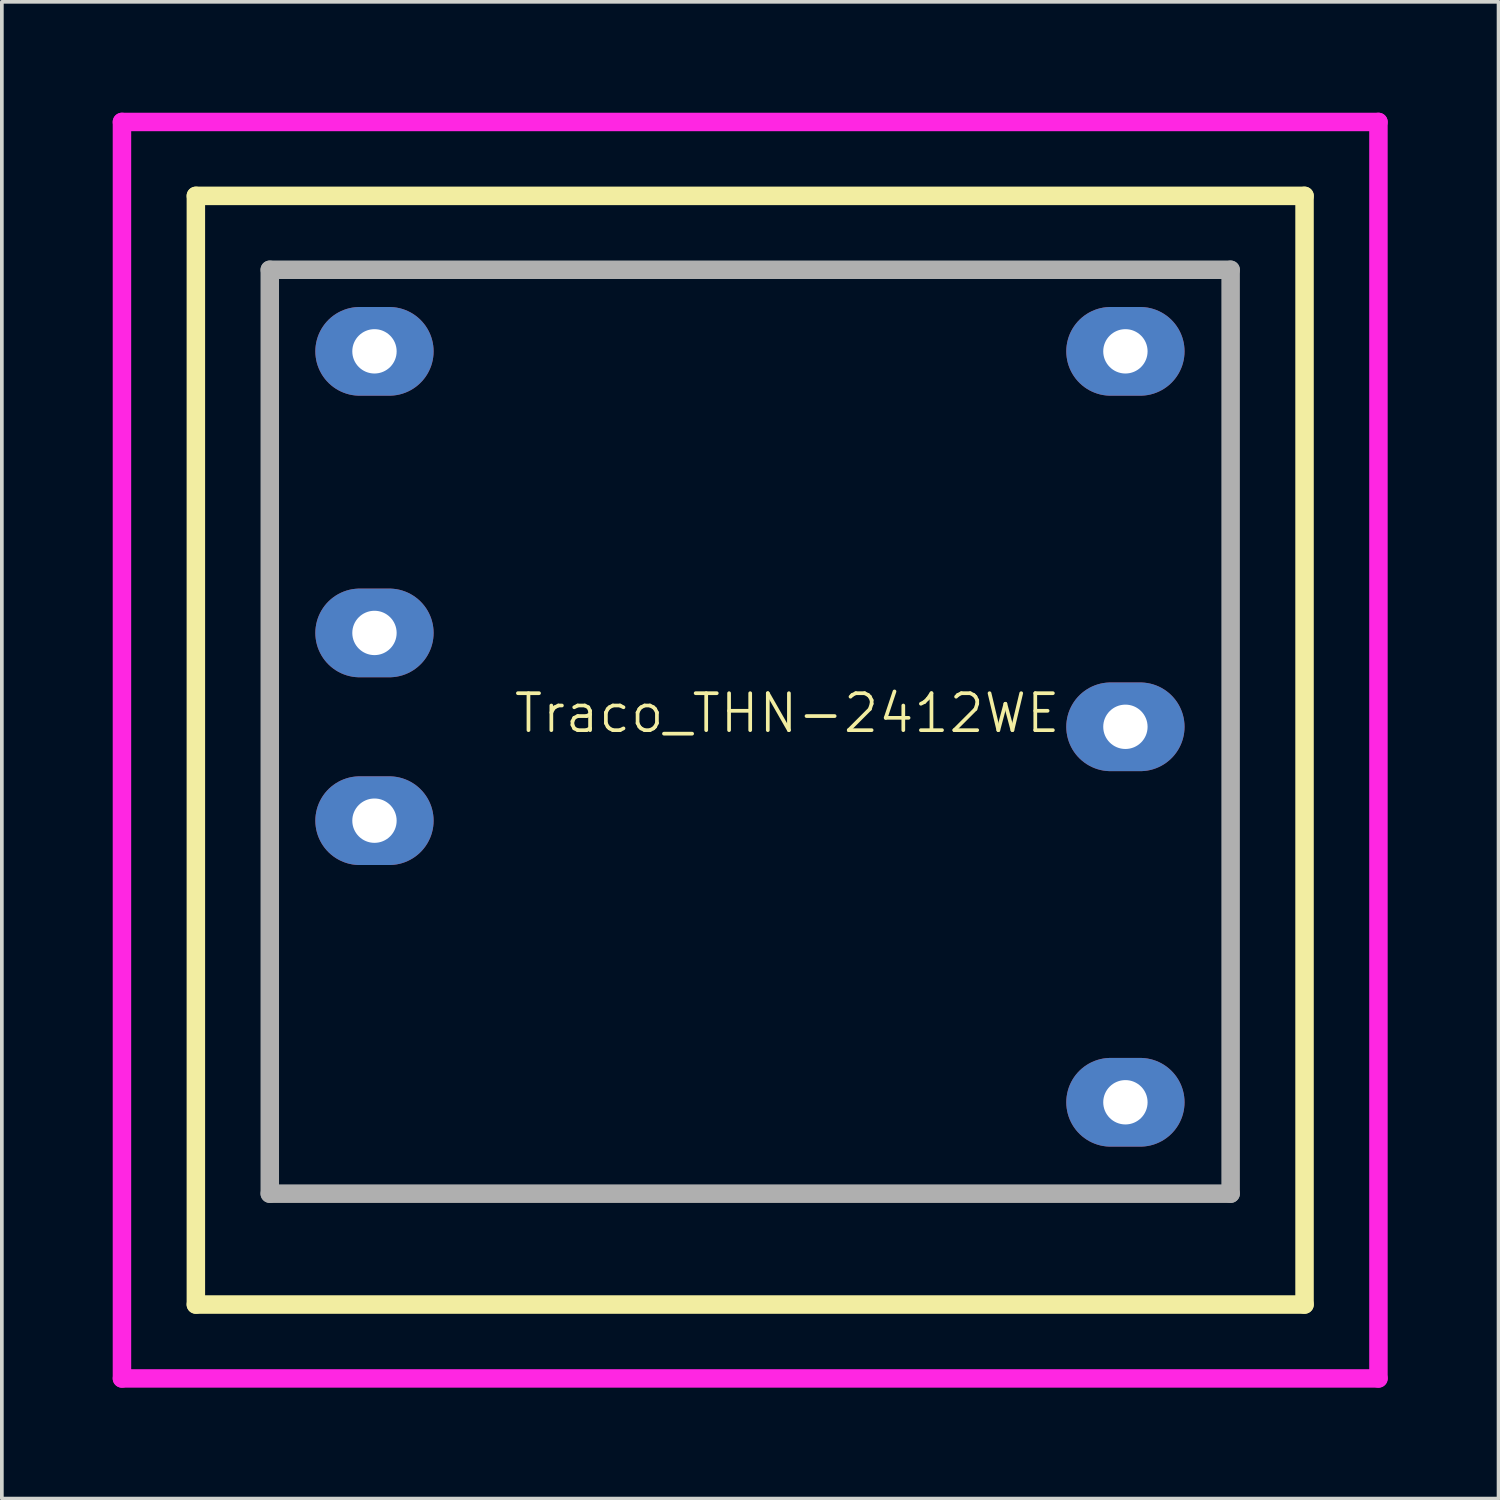
<source format=kicad_pcb>
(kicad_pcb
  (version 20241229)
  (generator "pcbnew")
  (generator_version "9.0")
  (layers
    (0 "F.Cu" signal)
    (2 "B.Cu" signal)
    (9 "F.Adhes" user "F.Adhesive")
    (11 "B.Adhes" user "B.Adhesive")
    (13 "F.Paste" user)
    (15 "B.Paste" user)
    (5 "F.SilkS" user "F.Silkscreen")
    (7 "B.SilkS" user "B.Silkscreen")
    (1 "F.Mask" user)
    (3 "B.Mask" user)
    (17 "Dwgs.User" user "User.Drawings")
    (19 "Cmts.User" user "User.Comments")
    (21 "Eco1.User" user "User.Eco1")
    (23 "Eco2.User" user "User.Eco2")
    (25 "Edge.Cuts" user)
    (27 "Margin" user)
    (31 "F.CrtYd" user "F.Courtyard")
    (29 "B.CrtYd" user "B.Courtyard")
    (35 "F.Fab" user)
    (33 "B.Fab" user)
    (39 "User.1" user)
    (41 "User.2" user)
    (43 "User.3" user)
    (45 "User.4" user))
  (footprint "Traco_THN-2412WE"
    (layer "F.Cu")
    (at 19.25 26.25)
    (property "Reference" "Traco_THN-2412WE" (at -1 -10 0) (unlocked yes) (layer "F.SilkS") (effects (font (size 1 1) (thickness 0.1))))
    (attr through_hole)
    (fp_line (start -17 -24) (end 13 -24) (stroke (width 0.5) (type default)) (layer "F.SilkS"))
    (fp_line (start -17 6) (end -17 -24) (stroke (width 0.5) (type default)) (layer "F.SilkS"))
    (fp_line (start 13 -24) (end 13 6) (stroke (width 0.5) (type default)) (layer "F.SilkS"))
    (fp_line (start 13 6) (end -17 6) (stroke (width 0.5) (type default)) (layer "F.SilkS"))
    (fp_line (start -19 -26) (end 15 -26) (stroke (width 0.5) (type default)) (layer "F.CrtYd"))
    (fp_line (start -19 8) (end -19 -26) (stroke (width 0.5) (type default)) (layer "F.CrtYd"))
    (fp_line (start -19 8) (end 15 8) (stroke (width 0.5) (type default)) (layer "F.CrtYd"))
    (fp_line (start 15 8) (end 15 -26) (stroke (width 0.5) (type default)) (layer "F.CrtYd"))
    (fp_line (start -15 -22) (end 11 -22) (stroke (width 0.5) (type default)) (layer "F.Fab"))
    (fp_line (start -15 3) (end -15 -22) (stroke (width 0.5) (type default)) (layer "F.Fab"))
    (fp_line (start 11 -22) (end 11 3) (stroke (width 0.5) (type default)) (layer "F.Fab"))
    (fp_line (start 11 3) (end -15 3) (stroke (width 0.5) (type default)) (layer "F.Fab"))
    (pad "1" thru_hole oval (at -12.167 -7.093 90) (size 2.4 3.2) (drill 1.2) (layers "*.Cu" "*.Mask"))
    (pad "2" thru_hole oval (at -12.167 -12.173 90) (size 2.4 3.2) (drill 1.2) (layers "*.Cu" "*.Mask"))
    (pad "3" thru_hole oval (at -12.167 -19.793 90) (size 2.4 3.2) (drill 1.2) (layers "*.Cu" "*.Mask"))
    (pad "4" thru_hole oval (at 8.153 -19.793 90) (size 2.4 3.2) (drill 1.2) (layers "*.Cu" "*.Mask"))
    (pad "5" thru_hole oval (at 8.153 0.527 90) (size 2.4 3.2) (drill 1.2) (layers "*.Cu" "*.Mask"))
    (pad "6" thru_hole oval (at 8.153 -9.633 90) (size 2.4 3.2) (drill 1.2) (layers "*.Cu" "*.Mask")))
  (gr_rect
    (start -3 -3)
    (end 37.5 37.5)
    (stroke (width 0.1) (type default))
    (fill no)
    (layer "Edge.Cuts")))
</source>
